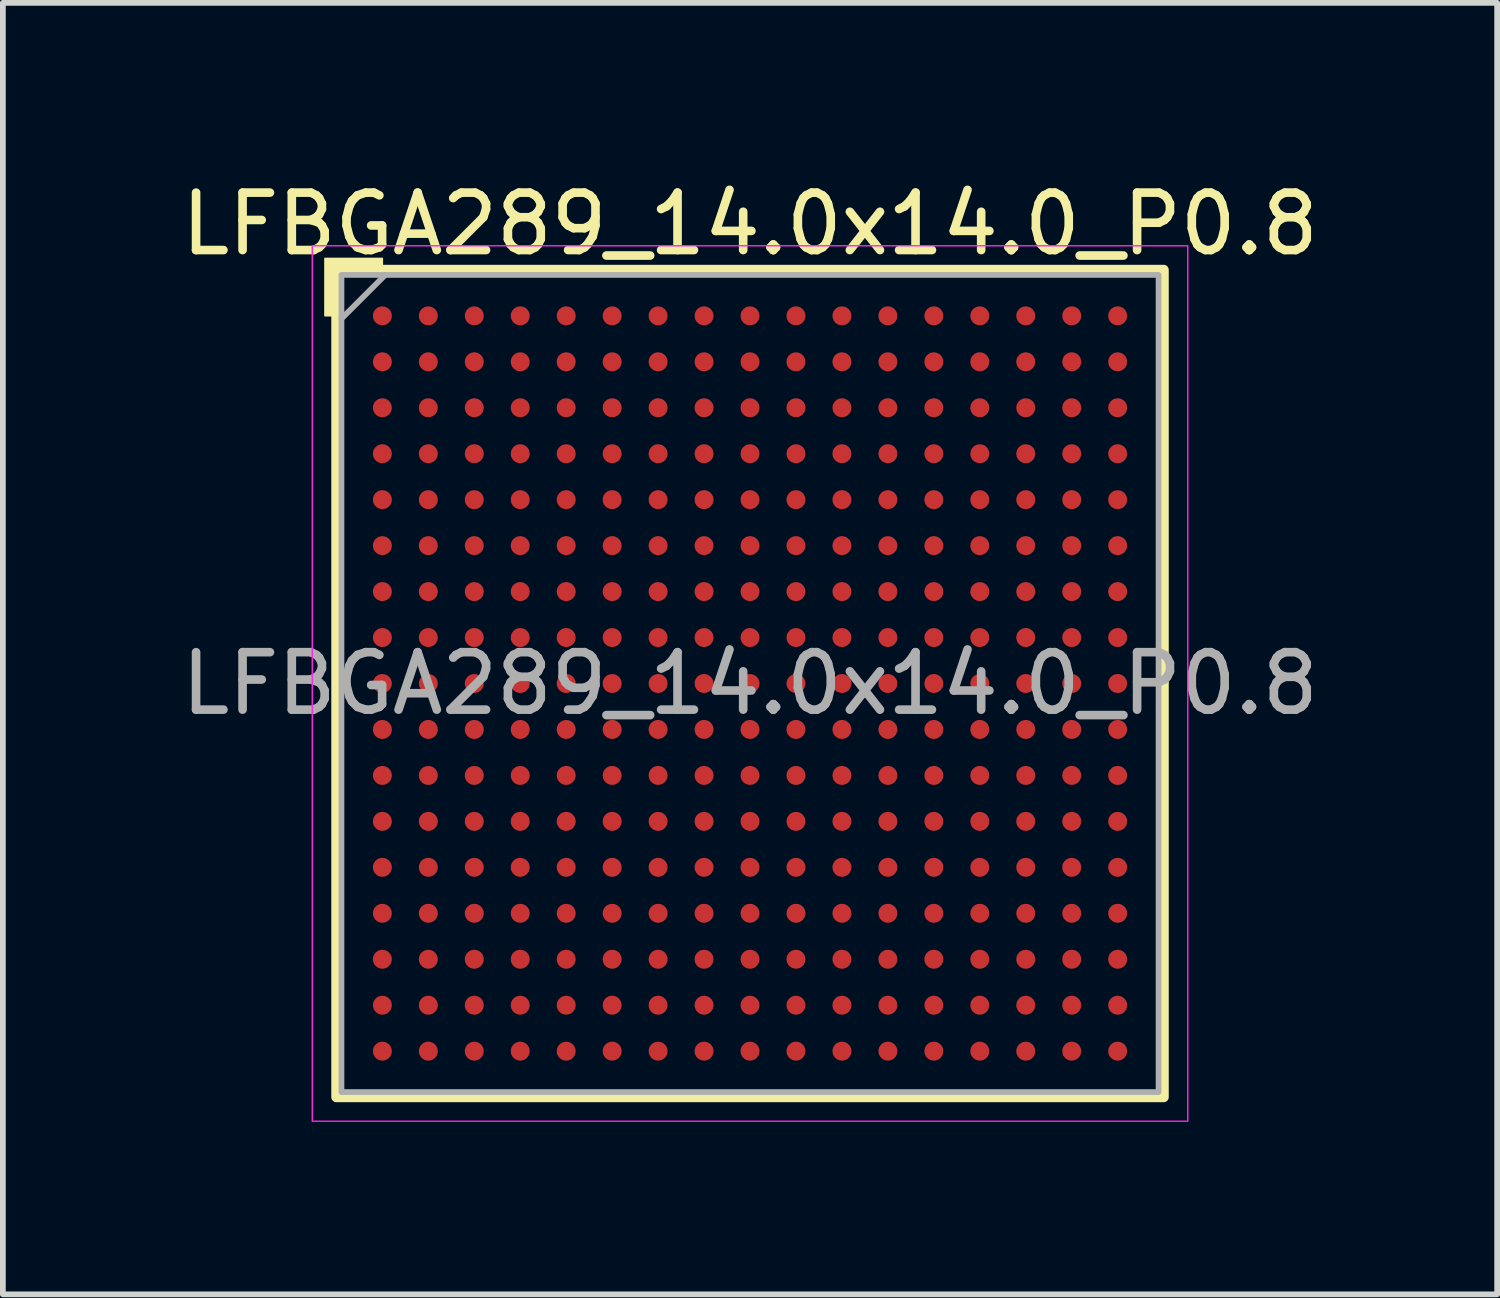
<source format=kicad_pcb>
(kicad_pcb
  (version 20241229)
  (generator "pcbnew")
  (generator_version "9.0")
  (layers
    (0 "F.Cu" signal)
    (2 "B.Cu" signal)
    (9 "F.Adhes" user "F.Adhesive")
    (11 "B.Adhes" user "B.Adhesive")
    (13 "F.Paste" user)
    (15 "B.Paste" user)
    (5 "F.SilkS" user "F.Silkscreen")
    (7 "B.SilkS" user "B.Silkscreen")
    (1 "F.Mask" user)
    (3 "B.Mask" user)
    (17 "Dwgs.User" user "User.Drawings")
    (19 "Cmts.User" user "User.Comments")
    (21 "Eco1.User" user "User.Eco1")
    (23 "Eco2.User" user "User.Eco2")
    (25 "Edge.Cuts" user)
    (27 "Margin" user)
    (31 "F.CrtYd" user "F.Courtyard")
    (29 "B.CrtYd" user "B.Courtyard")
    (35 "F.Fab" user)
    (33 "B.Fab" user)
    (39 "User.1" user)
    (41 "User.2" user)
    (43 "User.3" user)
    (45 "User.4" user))
  (footprint "LFBGA289_14.0x14.0_P0.8"
    (layer "F.Cu")
    (at 10.006 8.848)
    (property "Reference" "LFBGA289_14.0x14.0_P0.8" (at 0 -8 0) (unlocked yes) (layer "F.SilkS") (effects (font (size 1 1) (thickness 0.15))))
    (fp_rect (start -7.2 -7.2) (end 7.2 7.2) (stroke (width 0.178) (type solid)) (fill no) (layer "F.SilkS"))
    (fp_poly (pts (xy -7.2 -6.4) (xy -7.4 -6.4) (xy -7.4 -7.4) (xy -6.4 -7.4) (xy -6.4 -7.2) (xy -7.2 -7.2)) (stroke (width 0.025) (type solid)) (fill yes) (layer "F.SilkS"))
    (fp_rect (start -7.62 -7.62) (end 7.62 7.62) (stroke (width 0.025) (type solid)) (fill no) (layer "F.CrtYd"))
    (fp_line (start -7.112 -6.35) (end -6.35 -7.112) (stroke (width 0.1) (type solid)) (layer "F.Fab"))
    (fp_rect (start -7.112 -7.112) (end 7.112 7.112) (stroke (width 0.1) (type solid)) (fill no) (layer "F.Fab"))
    (fp_text user "${REFERENCE}" (at 0 0 0) (unlocked yes) (layer "F.Fab") (effects (font (size 1 1) (thickness 0.15))))
    (pad "A1" smd circle (at -6.4 -6.4) (size 0.33 0.33) (layers "F.Cu" "F.Mask" "F.Paste"))
    (pad "A2" smd circle (at -5.6 -6.4) (size 0.33 0.33) (layers "F.Cu" "F.Mask" "F.Paste"))
    (pad "A3" smd circle (at -4.8 -6.4) (size 0.33 0.33) (layers "F.Cu" "F.Mask" "F.Paste"))
    (pad "A4" smd circle (at -4 -6.4) (size 0.33 0.33) (layers "F.Cu" "F.Mask" "F.Paste"))
    (pad "A5" smd circle (at -3.2 -6.4) (size 0.33 0.33) (layers "F.Cu" "F.Mask" "F.Paste"))
    (pad "A6" smd circle (at -2.4 -6.4) (size 0.33 0.33) (layers "F.Cu" "F.Mask" "F.Paste"))
    (pad "A7" smd circle (at -1.6 -6.4) (size 0.33 0.33) (layers "F.Cu" "F.Mask" "F.Paste"))
    (pad "A8" smd circle (at -0.8 -6.4) (size 0.33 0.33) (layers "F.Cu" "F.Mask" "F.Paste"))
    (pad "A9" smd circle (at 0 -6.4) (size 0.33 0.33) (layers "F.Cu" "F.Mask" "F.Paste"))
    (pad "A10" smd circle (at 0.8 -6.4) (size 0.33 0.33) (layers "F.Cu" "F.Mask" "F.Paste"))
    (pad "A11" smd circle (at 1.6 -6.4) (size 0.33 0.33) (layers "F.Cu" "F.Mask" "F.Paste"))
    (pad "A12" smd circle (at 2.4 -6.4) (size 0.33 0.33) (layers "F.Cu" "F.Mask" "F.Paste"))
    (pad "A13" smd circle (at 3.2 -6.4) (size 0.33 0.33) (layers "F.Cu" "F.Mask" "F.Paste"))
    (pad "A14" smd circle (at 4 -6.4) (size 0.33 0.33) (layers "F.Cu" "F.Mask" "F.Paste"))
    (pad "A15" smd circle (at 4.8 -6.4) (size 0.33 0.33) (layers "F.Cu" "F.Mask" "F.Paste"))
    (pad "A16" smd circle (at 5.6 -6.4) (size 0.33 0.33) (layers "F.Cu" "F.Mask" "F.Paste"))
    (pad "A17" smd circle (at 6.4 -6.4) (size 0.33 0.33) (layers "F.Cu" "F.Mask" "F.Paste"))
    (pad "B1" smd circle (at -6.4 -5.6) (size 0.33 0.33) (layers "F.Cu" "F.Mask" "F.Paste"))
    (pad "B2" smd circle (at -5.6 -5.6) (size 0.33 0.33) (layers "F.Cu" "F.Mask" "F.Paste"))
    (pad "B3" smd circle (at -4.8 -5.6) (size 0.33 0.33) (layers "F.Cu" "F.Mask" "F.Paste"))
    (pad "B4" smd circle (at -4 -5.6) (size 0.33 0.33) (layers "F.Cu" "F.Mask" "F.Paste"))
    (pad "B5" smd circle (at -3.2 -5.6) (size 0.33 0.33) (layers "F.Cu" "F.Mask" "F.Paste"))
    (pad "B6" smd circle (at -2.4 -5.6) (size 0.33 0.33) (layers "F.Cu" "F.Mask" "F.Paste"))
    (pad "B7" smd circle (at -1.6 -5.6) (size 0.33 0.33) (layers "F.Cu" "F.Mask" "F.Paste"))
    (pad "B8" smd circle (at -0.8 -5.6) (size 0.33 0.33) (layers "F.Cu" "F.Mask" "F.Paste"))
    (pad "B9" smd circle (at 0 -5.6) (size 0.33 0.33) (layers "F.Cu" "F.Mask" "F.Paste"))
    (pad "B10" smd circle (at 0.8 -5.6) (size 0.33 0.33) (layers "F.Cu" "F.Mask" "F.Paste"))
    (pad "B11" smd circle (at 1.6 -5.6) (size 0.33 0.33) (layers "F.Cu" "F.Mask" "F.Paste"))
    (pad "B12" smd circle (at 2.4 -5.6) (size 0.33 0.33) (layers "F.Cu" "F.Mask" "F.Paste"))
    (pad "B13" smd circle (at 3.2 -5.6) (size 0.33 0.33) (layers "F.Cu" "F.Mask" "F.Paste"))
    (pad "B14" smd circle (at 4 -5.6) (size 0.33 0.33) (layers "F.Cu" "F.Mask" "F.Paste"))
    (pad "B15" smd circle (at 4.8 -5.6) (size 0.33 0.33) (layers "F.Cu" "F.Mask" "F.Paste"))
    (pad "B16" smd circle (at 5.6 -5.6) (size 0.33 0.33) (layers "F.Cu" "F.Mask" "F.Paste"))
    (pad "B17" smd circle (at 6.4 -5.6) (size 0.33 0.33) (layers "F.Cu" "F.Mask" "F.Paste"))
    (pad "C1" smd circle (at -6.4 -4.8) (size 0.33 0.33) (layers "F.Cu" "F.Mask" "F.Paste"))
    (pad "C2" smd circle (at -5.6 -4.8) (size 0.33 0.33) (layers "F.Cu" "F.Mask" "F.Paste"))
    (pad "C3" smd circle (at -4.8 -4.8) (size 0.33 0.33) (layers "F.Cu" "F.Mask" "F.Paste"))
    (pad "C4" smd circle (at -4 -4.8) (size 0.33 0.33) (layers "F.Cu" "F.Mask" "F.Paste"))
    (pad "C5" smd circle (at -3.2 -4.8) (size 0.33 0.33) (layers "F.Cu" "F.Mask" "F.Paste"))
    (pad "C6" smd circle (at -2.4 -4.8) (size 0.33 0.33) (layers "F.Cu" "F.Mask" "F.Paste"))
    (pad "C7" smd circle (at -1.6 -4.8) (size 0.33 0.33) (layers "F.Cu" "F.Mask" "F.Paste"))
    (pad "C8" smd circle (at -0.8 -4.8) (size 0.33 0.33) (layers "F.Cu" "F.Mask" "F.Paste"))
    (pad "C9" smd circle (at 0 -4.8) (size 0.33 0.33) (layers "F.Cu" "F.Mask" "F.Paste"))
    (pad "C10" smd circle (at 0.8 -4.8) (size 0.33 0.33) (layers "F.Cu" "F.Mask" "F.Paste"))
    (pad "C11" smd circle (at 1.6 -4.8) (size 0.33 0.33) (layers "F.Cu" "F.Mask" "F.Paste"))
    (pad "C12" smd circle (at 2.4 -4.8) (size 0.33 0.33) (layers "F.Cu" "F.Mask" "F.Paste"))
    (pad "C13" smd circle (at 3.2 -4.8) (size 0.33 0.33) (layers "F.Cu" "F.Mask" "F.Paste"))
    (pad "C14" smd circle (at 4 -4.8) (size 0.33 0.33) (layers "F.Cu" "F.Mask" "F.Paste"))
    (pad "C15" smd circle (at 4.8 -4.8) (size 0.33 0.33) (layers "F.Cu" "F.Mask" "F.Paste"))
    (pad "C16" smd circle (at 5.6 -4.8) (size 0.33 0.33) (layers "F.Cu" "F.Mask" "F.Paste"))
    (pad "C17" smd circle (at 6.4 -4.8) (size 0.33 0.33) (layers "F.Cu" "F.Mask" "F.Paste"))
    (pad "D1" smd circle (at -6.4 -4) (size 0.33 0.33) (layers "F.Cu" "F.Mask" "F.Paste"))
    (pad "D2" smd circle (at -5.6 -4) (size 0.33 0.33) (layers "F.Cu" "F.Mask" "F.Paste"))
    (pad "D3" smd circle (at -4.8 -4) (size 0.33 0.33) (layers "F.Cu" "F.Mask" "F.Paste"))
    (pad "D4" smd circle (at -4 -4) (size 0.33 0.33) (layers "F.Cu" "F.Mask" "F.Paste"))
    (pad "D5" smd circle (at -3.2 -4) (size 0.33 0.33) (layers "F.Cu" "F.Mask" "F.Paste"))
    (pad "D6" smd circle (at -2.4 -4) (size 0.33 0.33) (layers "F.Cu" "F.Mask" "F.Paste"))
    (pad "D7" smd circle (at -1.6 -4) (size 0.33 0.33) (layers "F.Cu" "F.Mask" "F.Paste"))
    (pad "D8" smd circle (at -0.8 -4) (size 0.33 0.33) (layers "F.Cu" "F.Mask" "F.Paste"))
    (pad "D9" smd circle (at 0 -4) (size 0.33 0.33) (layers "F.Cu" "F.Mask" "F.Paste"))
    (pad "D10" smd circle (at 0.8 -4) (size 0.33 0.33) (layers "F.Cu" "F.Mask" "F.Paste"))
    (pad "D11" smd circle (at 1.6 -4) (size 0.33 0.33) (layers "F.Cu" "F.Mask" "F.Paste"))
    (pad "D12" smd circle (at 2.4 -4) (size 0.33 0.33) (layers "F.Cu" "F.Mask" "F.Paste"))
    (pad "D13" smd circle (at 3.2 -4) (size 0.33 0.33) (layers "F.Cu" "F.Mask" "F.Paste"))
    (pad "D14" smd circle (at 4 -4) (size 0.33 0.33) (layers "F.Cu" "F.Mask" "F.Paste"))
    (pad "D15" smd circle (at 4.8 -4) (size 0.33 0.33) (layers "F.Cu" "F.Mask" "F.Paste"))
    (pad "D16" smd circle (at 5.6 -4) (size 0.33 0.33) (layers "F.Cu" "F.Mask" "F.Paste"))
    (pad "D17" smd circle (at 6.4 -4) (size 0.33 0.33) (layers "F.Cu" "F.Mask" "F.Paste"))
    (pad "E1" smd circle (at -6.4 -3.2) (size 0.33 0.33) (layers "F.Cu" "F.Mask" "F.Paste"))
    (pad "E2" smd circle (at -5.6 -3.2) (size 0.33 0.33) (layers "F.Cu" "F.Mask" "F.Paste"))
    (pad "E3" smd circle (at -4.8 -3.2) (size 0.33 0.33) (layers "F.Cu" "F.Mask" "F.Paste"))
    (pad "E4" smd circle (at -4 -3.2) (size 0.33 0.33) (layers "F.Cu" "F.Mask" "F.Paste"))
    (pad "E5" smd circle (at -3.2 -3.2) (size 0.33 0.33) (layers "F.Cu" "F.Mask" "F.Paste"))
    (pad "E6" smd circle (at -2.4 -3.2) (size 0.33 0.33) (layers "F.Cu" "F.Mask" "F.Paste"))
    (pad "E7" smd circle (at -1.6 -3.2) (size 0.33 0.33) (layers "F.Cu" "F.Mask" "F.Paste"))
    (pad "E8" smd circle (at -0.8 -3.2) (size 0.33 0.33) (layers "F.Cu" "F.Mask" "F.Paste"))
    (pad "E9" smd circle (at 0 -3.2) (size 0.33 0.33) (layers "F.Cu" "F.Mask" "F.Paste"))
    (pad "E10" smd circle (at 0.8 -3.2) (size 0.33 0.33) (layers "F.Cu" "F.Mask" "F.Paste"))
    (pad "E11" smd circle (at 1.6 -3.2) (size 0.33 0.33) (layers "F.Cu" "F.Mask" "F.Paste"))
    (pad "E12" smd circle (at 2.4 -3.2) (size 0.33 0.33) (layers "F.Cu" "F.Mask" "F.Paste"))
    (pad "E13" smd circle (at 3.2 -3.2) (size 0.33 0.33) (layers "F.Cu" "F.Mask" "F.Paste"))
    (pad "E14" smd circle (at 4 -3.2) (size 0.33 0.33) (layers "F.Cu" "F.Mask" "F.Paste"))
    (pad "E15" smd circle (at 4.8 -3.2) (size 0.33 0.33) (layers "F.Cu" "F.Mask" "F.Paste"))
    (pad "E16" smd circle (at 5.6 -3.2) (size 0.33 0.33) (layers "F.Cu" "F.Mask" "F.Paste"))
    (pad "E17" smd circle (at 6.4 -3.2) (size 0.33 0.33) (layers "F.Cu" "F.Mask" "F.Paste"))
    (pad "F1" smd circle (at -6.4 -2.4) (size 0.33 0.33) (layers "F.Cu" "F.Mask" "F.Paste"))
    (pad "F2" smd circle (at -5.6 -2.4) (size 0.33 0.33) (layers "F.Cu" "F.Mask" "F.Paste"))
    (pad "F3" smd circle (at -4.8 -2.4) (size 0.33 0.33) (layers "F.Cu" "F.Mask" "F.Paste"))
    (pad "F4" smd circle (at -4 -2.4) (size 0.33 0.33) (layers "F.Cu" "F.Mask" "F.Paste"))
    (pad "F5" smd circle (at -3.2 -2.4) (size 0.33 0.33) (layers "F.Cu" "F.Mask" "F.Paste"))
    (pad "F6" smd circle (at -2.4 -2.4) (size 0.33 0.33) (layers "F.Cu" "F.Mask" "F.Paste"))
    (pad "F7" smd circle (at -1.6 -2.4) (size 0.33 0.33) (layers "F.Cu" "F.Mask" "F.Paste"))
    (pad "F8" smd circle (at -0.8 -2.4) (size 0.33 0.33) (layers "F.Cu" "F.Mask" "F.Paste"))
    (pad "F9" smd circle (at 0 -2.4) (size 0.33 0.33) (layers "F.Cu" "F.Mask" "F.Paste"))
    (pad "F10" smd circle (at 0.8 -2.4) (size 0.33 0.33) (layers "F.Cu" "F.Mask" "F.Paste"))
    (pad "F11" smd circle (at 1.6 -2.4) (size 0.33 0.33) (layers "F.Cu" "F.Mask" "F.Paste"))
    (pad "F12" smd circle (at 2.4 -2.4) (size 0.33 0.33) (layers "F.Cu" "F.Mask" "F.Paste"))
    (pad "F13" smd circle (at 3.2 -2.4) (size 0.33 0.33) (layers "F.Cu" "F.Mask" "F.Paste"))
    (pad "F14" smd circle (at 4 -2.4) (size 0.33 0.33) (layers "F.Cu" "F.Mask" "F.Paste"))
    (pad "F15" smd circle (at 4.8 -2.4) (size 0.33 0.33) (layers "F.Cu" "F.Mask" "F.Paste"))
    (pad "F16" smd circle (at 5.6 -2.4) (size 0.33 0.33) (layers "F.Cu" "F.Mask" "F.Paste"))
    (pad "F17" smd circle (at 6.4 -2.4) (size 0.33 0.33) (layers "F.Cu" "F.Mask" "F.Paste"))
    (pad "G1" smd circle (at -6.4 -1.6) (size 0.33 0.33) (layers "F.Cu" "F.Mask" "F.Paste"))
    (pad "G2" smd circle (at -5.6 -1.6) (size 0.33 0.33) (layers "F.Cu" "F.Mask" "F.Paste"))
    (pad "G3" smd circle (at -4.8 -1.6) (size 0.33 0.33) (layers "F.Cu" "F.Mask" "F.Paste"))
    (pad "G4" smd circle (at -4 -1.6) (size 0.33 0.33) (layers "F.Cu" "F.Mask" "F.Paste"))
    (pad "G5" smd circle (at -3.2 -1.6) (size 0.33 0.33) (layers "F.Cu" "F.Mask" "F.Paste"))
    (pad "G6" smd circle (at -2.4 -1.6) (size 0.33 0.33) (layers "F.Cu" "F.Mask" "F.Paste"))
    (pad "G7" smd circle (at -1.6 -1.6) (size 0.33 0.33) (layers "F.Cu" "F.Mask" "F.Paste"))
    (pad "G8" smd circle (at -0.8 -1.6) (size 0.33 0.33) (layers "F.Cu" "F.Mask" "F.Paste"))
    (pad "G9" smd circle (at 0 -1.6) (size 0.33 0.33) (layers "F.Cu" "F.Mask" "F.Paste"))
    (pad "G10" smd circle (at 0.8 -1.6) (size 0.33 0.33) (layers "F.Cu" "F.Mask" "F.Paste"))
    (pad "G11" smd circle (at 1.6 -1.6) (size 0.33 0.33) (layers "F.Cu" "F.Mask" "F.Paste"))
    (pad "G12" smd circle (at 2.4 -1.6) (size 0.33 0.33) (layers "F.Cu" "F.Mask" "F.Paste"))
    (pad "G13" smd circle (at 3.2 -1.6) (size 0.33 0.33) (layers "F.Cu" "F.Mask" "F.Paste"))
    (pad "G14" smd circle (at 4 -1.6) (size 0.33 0.33) (layers "F.Cu" "F.Mask" "F.Paste"))
    (pad "G15" smd circle (at 4.8 -1.6) (size 0.33 0.33) (layers "F.Cu" "F.Mask" "F.Paste"))
    (pad "G16" smd circle (at 5.6 -1.6) (size 0.33 0.33) (layers "F.Cu" "F.Mask" "F.Paste"))
    (pad "G17" smd circle (at 6.4 -1.6) (size 0.33 0.33) (layers "F.Cu" "F.Mask" "F.Paste"))
    (pad "H1" smd circle (at -6.4 -0.8) (size 0.33 0.33) (layers "F.Cu" "F.Mask" "F.Paste"))
    (pad "H2" smd circle (at -5.6 -0.8) (size 0.33 0.33) (layers "F.Cu" "F.Mask" "F.Paste"))
    (pad "H3" smd circle (at -4.8 -0.8) (size 0.33 0.33) (layers "F.Cu" "F.Mask" "F.Paste"))
    (pad "H4" smd circle (at -4 -0.8) (size 0.33 0.33) (layers "F.Cu" "F.Mask" "F.Paste"))
    (pad "H5" smd circle (at -3.2 -0.8) (size 0.33 0.33) (layers "F.Cu" "F.Mask" "F.Paste"))
    (pad "H6" smd circle (at -2.4 -0.8) (size 0.33 0.33) (layers "F.Cu" "F.Mask" "F.Paste"))
    (pad "H7" smd circle (at -1.6 -0.8) (size 0.33 0.33) (layers "F.Cu" "F.Mask" "F.Paste"))
    (pad "H8" smd circle (at -0.8 -0.8) (size 0.33 0.33) (layers "F.Cu" "F.Mask" "F.Paste"))
    (pad "H9" smd circle (at 0 -0.8) (size 0.33 0.33) (layers "F.Cu" "F.Mask" "F.Paste"))
    (pad "H10" smd circle (at 0.8 -0.8) (size 0.33 0.33) (layers "F.Cu" "F.Mask" "F.Paste"))
    (pad "H11" smd circle (at 1.6 -0.8) (size 0.33 0.33) (layers "F.Cu" "F.Mask" "F.Paste"))
    (pad "H12" smd circle (at 2.4 -0.8) (size 0.33 0.33) (layers "F.Cu" "F.Mask" "F.Paste"))
    (pad "H13" smd circle (at 3.2 -0.8) (size 0.33 0.33) (layers "F.Cu" "F.Mask" "F.Paste"))
    (pad "H14" smd circle (at 4 -0.8) (size 0.33 0.33) (layers "F.Cu" "F.Mask" "F.Paste"))
    (pad "H15" smd circle (at 4.8 -0.8) (size 0.33 0.33) (layers "F.Cu" "F.Mask" "F.Paste"))
    (pad "H16" smd circle (at 5.6 -0.8) (size 0.33 0.33) (layers "F.Cu" "F.Mask" "F.Paste"))
    (pad "H17" smd circle (at 6.4 -0.8) (size 0.33 0.33) (layers "F.Cu" "F.Mask" "F.Paste"))
    (pad "J1" smd circle (at -6.4 0) (size 0.33 0.33) (layers "F.Cu" "F.Mask" "F.Paste"))
    (pad "J2" smd circle (at -5.6 0) (size 0.33 0.33) (layers "F.Cu" "F.Mask" "F.Paste"))
    (pad "J3" smd circle (at -4.8 0) (size 0.33 0.33) (layers "F.Cu" "F.Mask" "F.Paste"))
    (pad "J4" smd circle (at -4 0) (size 0.33 0.33) (layers "F.Cu" "F.Mask" "F.Paste"))
    (pad "J5" smd circle (at -3.2 0) (size 0.33 0.33) (layers "F.Cu" "F.Mask" "F.Paste"))
    (pad "J6" smd circle (at -2.4 0) (size 0.33 0.33) (layers "F.Cu" "F.Mask" "F.Paste"))
    (pad "J7" smd circle (at -1.6 0) (size 0.33 0.33) (layers "F.Cu" "F.Mask" "F.Paste"))
    (pad "J8" smd circle (at -0.8 0) (size 0.33 0.33) (layers "F.Cu" "F.Mask" "F.Paste"))
    (pad "J9" smd circle (at 0 0) (size 0.33 0.33) (layers "F.Cu" "F.Mask" "F.Paste"))
    (pad "J10" smd circle (at 0.8 0) (size 0.33 0.33) (layers "F.Cu" "F.Mask" "F.Paste"))
    (pad "J11" smd circle (at 1.6 0) (size 0.33 0.33) (layers "F.Cu" "F.Mask" "F.Paste"))
    (pad "J12" smd circle (at 2.4 0) (size 0.33 0.33) (layers "F.Cu" "F.Mask" "F.Paste"))
    (pad "J13" smd circle (at 3.2 0) (size 0.33 0.33) (layers "F.Cu" "F.Mask" "F.Paste"))
    (pad "J14" smd circle (at 4 0) (size 0.33 0.33) (layers "F.Cu" "F.Mask" "F.Paste"))
    (pad "J15" smd circle (at 4.8 0) (size 0.33 0.33) (layers "F.Cu" "F.Mask" "F.Paste"))
    (pad "J16" smd circle (at 5.6 0) (size 0.33 0.33) (layers "F.Cu" "F.Mask" "F.Paste"))
    (pad "J17" smd circle (at 6.4 0) (size 0.33 0.33) (layers "F.Cu" "F.Mask" "F.Paste"))
    (pad "K1" smd circle (at -6.4 0.8) (size 0.33 0.33) (layers "F.Cu" "F.Mask" "F.Paste"))
    (pad "K2" smd circle (at -5.6 0.8) (size 0.33 0.33) (layers "F.Cu" "F.Mask" "F.Paste"))
    (pad "K3" smd circle (at -4.8 0.8) (size 0.33 0.33) (layers "F.Cu" "F.Mask" "F.Paste"))
    (pad "K4" smd circle (at -4 0.8) (size 0.33 0.33) (layers "F.Cu" "F.Mask" "F.Paste"))
    (pad "K5" smd circle (at -3.2 0.8) (size 0.33 0.33) (layers "F.Cu" "F.Mask" "F.Paste"))
    (pad "K6" smd circle (at -2.4 0.8) (size 0.33 0.33) (layers "F.Cu" "F.Mask" "F.Paste"))
    (pad "K7" smd circle (at -1.6 0.8) (size 0.33 0.33) (layers "F.Cu" "F.Mask" "F.Paste"))
    (pad "K8" smd circle (at -0.8 0.8) (size 0.33 0.33) (layers "F.Cu" "F.Mask" "F.Paste"))
    (pad "K9" smd circle (at 0 0.8) (size 0.33 0.33) (layers "F.Cu" "F.Mask" "F.Paste"))
    (pad "K10" smd circle (at 0.8 0.8) (size 0.33 0.33) (layers "F.Cu" "F.Mask" "F.Paste"))
    (pad "K11" smd circle (at 1.6 0.8) (size 0.33 0.33) (layers "F.Cu" "F.Mask" "F.Paste"))
    (pad "K12" smd circle (at 2.4 0.8) (size 0.33 0.33) (layers "F.Cu" "F.Mask" "F.Paste"))
    (pad "K13" smd circle (at 3.2 0.8) (size 0.33 0.33) (layers "F.Cu" "F.Mask" "F.Paste"))
    (pad "K14" smd circle (at 4 0.8) (size 0.33 0.33) (layers "F.Cu" "F.Mask" "F.Paste"))
    (pad "K15" smd circle (at 4.8 0.8) (size 0.33 0.33) (layers "F.Cu" "F.Mask" "F.Paste"))
    (pad "K16" smd circle (at 5.6 0.8) (size 0.33 0.33) (layers "F.Cu" "F.Mask" "F.Paste"))
    (pad "K17" smd circle (at 6.4 0.8) (size 0.33 0.33) (layers "F.Cu" "F.Mask" "F.Paste"))
    (pad "L1" smd circle (at -6.4 1.6) (size 0.33 0.33) (layers "F.Cu" "F.Mask" "F.Paste"))
    (pad "L2" smd circle (at -5.6 1.6) (size 0.33 0.33) (layers "F.Cu" "F.Mask" "F.Paste"))
    (pad "L3" smd circle (at -4.8 1.6) (size 0.33 0.33) (layers "F.Cu" "F.Mask" "F.Paste"))
    (pad "L4" smd circle (at -4 1.6) (size 0.33 0.33) (layers "F.Cu" "F.Mask" "F.Paste"))
    (pad "L5" smd circle (at -3.2 1.6) (size 0.33 0.33) (layers "F.Cu" "F.Mask" "F.Paste"))
    (pad "L6" smd circle (at -2.4 1.6) (size 0.33 0.33) (layers "F.Cu" "F.Mask" "F.Paste"))
    (pad "L7" smd circle (at -1.6 1.6) (size 0.33 0.33) (layers "F.Cu" "F.Mask" "F.Paste"))
    (pad "L8" smd circle (at -0.8 1.6) (size 0.33 0.33) (layers "F.Cu" "F.Mask" "F.Paste"))
    (pad "L9" smd circle (at 0 1.6) (size 0.33 0.33) (layers "F.Cu" "F.Mask" "F.Paste"))
    (pad "L10" smd circle (at 0.8 1.6) (size 0.33 0.33) (layers "F.Cu" "F.Mask" "F.Paste"))
    (pad "L11" smd circle (at 1.6 1.6) (size 0.33 0.33) (layers "F.Cu" "F.Mask" "F.Paste"))
    (pad "L12" smd circle (at 2.4 1.6) (size 0.33 0.33) (layers "F.Cu" "F.Mask" "F.Paste"))
    (pad "L13" smd circle (at 3.2 1.6) (size 0.33 0.33) (layers "F.Cu" "F.Mask" "F.Paste"))
    (pad "L14" smd circle (at 4 1.6) (size 0.33 0.33) (layers "F.Cu" "F.Mask" "F.Paste"))
    (pad "L15" smd circle (at 4.8 1.6) (size 0.33 0.33) (layers "F.Cu" "F.Mask" "F.Paste"))
    (pad "L16" smd circle (at 5.6 1.6) (size 0.33 0.33) (layers "F.Cu" "F.Mask" "F.Paste"))
    (pad "L17" smd circle (at 6.4 1.6) (size 0.33 0.33) (layers "F.Cu" "F.Mask" "F.Paste"))
    (pad "M1" smd circle (at -6.4 2.4) (size 0.33 0.33) (layers "F.Cu" "F.Mask" "F.Paste"))
    (pad "M2" smd circle (at -5.6 2.4) (size 0.33 0.33) (layers "F.Cu" "F.Mask" "F.Paste"))
    (pad "M3" smd circle (at -4.8 2.4) (size 0.33 0.33) (layers "F.Cu" "F.Mask" "F.Paste"))
    (pad "M4" smd circle (at -4 2.4) (size 0.33 0.33) (layers "F.Cu" "F.Mask" "F.Paste"))
    (pad "M5" smd circle (at -3.2 2.4) (size 0.33 0.33) (layers "F.Cu" "F.Mask" "F.Paste"))
    (pad "M6" smd circle (at -2.4 2.4) (size 0.33 0.33) (layers "F.Cu" "F.Mask" "F.Paste"))
    (pad "M7" smd circle (at -1.6 2.4) (size 0.33 0.33) (layers "F.Cu" "F.Mask" "F.Paste"))
    (pad "M8" smd circle (at -0.8 2.4) (size 0.33 0.33) (layers "F.Cu" "F.Mask" "F.Paste"))
    (pad "M9" smd circle (at 0 2.4) (size 0.33 0.33) (layers "F.Cu" "F.Mask" "F.Paste"))
    (pad "M10" smd circle (at 0.8 2.4) (size 0.33 0.33) (layers "F.Cu" "F.Mask" "F.Paste"))
    (pad "M11" smd circle (at 1.6 2.4) (size 0.33 0.33) (layers "F.Cu" "F.Mask" "F.Paste"))
    (pad "M12" smd circle (at 2.4 2.4) (size 0.33 0.33) (layers "F.Cu" "F.Mask" "F.Paste"))
    (pad "M13" smd circle (at 3.2 2.4) (size 0.33 0.33) (layers "F.Cu" "F.Mask" "F.Paste"))
    (pad "M14" smd circle (at 4 2.4) (size 0.33 0.33) (layers "F.Cu" "F.Mask" "F.Paste"))
    (pad "M15" smd circle (at 4.8 2.4) (size 0.33 0.33) (layers "F.Cu" "F.Mask" "F.Paste"))
    (pad "M16" smd circle (at 5.6 2.4) (size 0.33 0.33) (layers "F.Cu" "F.Mask" "F.Paste"))
    (pad "M17" smd circle (at 6.4 2.4) (size 0.33 0.33) (layers "F.Cu" "F.Mask" "F.Paste"))
    (pad "N1" smd circle (at -6.4 3.2) (size 0.33 0.33) (layers "F.Cu" "F.Mask" "F.Paste"))
    (pad "N2" smd circle (at -5.6 3.2) (size 0.33 0.33) (layers "F.Cu" "F.Mask" "F.Paste"))
    (pad "N3" smd circle (at -4.8 3.2) (size 0.33 0.33) (layers "F.Cu" "F.Mask" "F.Paste"))
    (pad "N4" smd circle (at -4 3.2) (size 0.33 0.33) (layers "F.Cu" "F.Mask" "F.Paste"))
    (pad "N5" smd circle (at -3.2 3.2) (size 0.33 0.33) (layers "F.Cu" "F.Mask" "F.Paste"))
    (pad "N6" smd circle (at -2.4 3.2) (size 0.33 0.33) (layers "F.Cu" "F.Mask" "F.Paste"))
    (pad "N7" smd circle (at -1.6 3.2) (size 0.33 0.33) (layers "F.Cu" "F.Mask" "F.Paste"))
    (pad "N8" smd circle (at -0.8 3.2) (size 0.33 0.33) (layers "F.Cu" "F.Mask" "F.Paste"))
    (pad "N9" smd circle (at 0 3.2) (size 0.33 0.33) (layers "F.Cu" "F.Mask" "F.Paste"))
    (pad "N10" smd circle (at 0.8 3.2) (size 0.33 0.33) (layers "F.Cu" "F.Mask" "F.Paste"))
    (pad "N11" smd circle (at 1.6 3.2) (size 0.33 0.33) (layers "F.Cu" "F.Mask" "F.Paste"))
    (pad "N12" smd circle (at 2.4 3.2) (size 0.33 0.33) (layers "F.Cu" "F.Mask" "F.Paste"))
    (pad "N13" smd circle (at 3.2 3.2) (size 0.33 0.33) (layers "F.Cu" "F.Mask" "F.Paste"))
    (pad "N14" smd circle (at 4 3.2) (size 0.33 0.33) (layers "F.Cu" "F.Mask" "F.Paste"))
    (pad "N15" smd circle (at 4.8 3.2) (size 0.33 0.33) (layers "F.Cu" "F.Mask" "F.Paste"))
    (pad "N16" smd circle (at 5.6 3.2) (size 0.33 0.33) (layers "F.Cu" "F.Mask" "F.Paste"))
    (pad "N17" smd circle (at 6.4 3.2) (size 0.33 0.33) (layers "F.Cu" "F.Mask" "F.Paste"))
    (pad "P1" smd circle (at -6.4 4) (size 0.33 0.33) (layers "F.Cu" "F.Mask" "F.Paste"))
    (pad "P2" smd circle (at -5.6 4) (size 0.33 0.33) (layers "F.Cu" "F.Mask" "F.Paste"))
    (pad "P3" smd circle (at -4.8 4) (size 0.33 0.33) (layers "F.Cu" "F.Mask" "F.Paste"))
    (pad "P4" smd circle (at -4 4) (size 0.33 0.33) (layers "F.Cu" "F.Mask" "F.Paste"))
    (pad "P5" smd circle (at -3.2 4) (size 0.33 0.33) (layers "F.Cu" "F.Mask" "F.Paste"))
    (pad "P6" smd circle (at -2.4 4) (size 0.33 0.33) (layers "F.Cu" "F.Mask" "F.Paste"))
    (pad "P7" smd circle (at -1.6 4) (size 0.33 0.33) (layers "F.Cu" "F.Mask" "F.Paste"))
    (pad "P8" smd circle (at -0.8 4) (size 0.33 0.33) (layers "F.Cu" "F.Mask" "F.Paste"))
    (pad "P9" smd circle (at 0 4) (size 0.33 0.33) (layers "F.Cu" "F.Mask" "F.Paste"))
    (pad "P10" smd circle (at 0.8 4) (size 0.33 0.33) (layers "F.Cu" "F.Mask" "F.Paste"))
    (pad "P11" smd circle (at 1.6 4) (size 0.33 0.33) (layers "F.Cu" "F.Mask" "F.Paste"))
    (pad "P12" smd circle (at 2.4 4) (size 0.33 0.33) (layers "F.Cu" "F.Mask" "F.Paste"))
    (pad "P13" smd circle (at 3.2 4) (size 0.33 0.33) (layers "F.Cu" "F.Mask" "F.Paste"))
    (pad "P14" smd circle (at 4 4) (size 0.33 0.33) (layers "F.Cu" "F.Mask" "F.Paste"))
    (pad "P15" smd circle (at 4.8 4) (size 0.33 0.33) (layers "F.Cu" "F.Mask" "F.Paste"))
    (pad "P16" smd circle (at 5.6 4) (size 0.33 0.33) (layers "F.Cu" "F.Mask" "F.Paste"))
    (pad "P17" smd circle (at 6.4 4) (size 0.33 0.33) (layers "F.Cu" "F.Mask" "F.Paste"))
    (pad "R1" smd circle (at -6.4 4.8) (size 0.33 0.33) (layers "F.Cu" "F.Mask" "F.Paste"))
    (pad "R2" smd circle (at -5.6 4.8) (size 0.33 0.33) (layers "F.Cu" "F.Mask" "F.Paste"))
    (pad "R3" smd circle (at -4.8 4.8) (size 0.33 0.33) (layers "F.Cu" "F.Mask" "F.Paste"))
    (pad "R4" smd circle (at -4 4.8) (size 0.33 0.33) (layers "F.Cu" "F.Mask" "F.Paste"))
    (pad "R5" smd circle (at -3.2 4.8) (size 0.33 0.33) (layers "F.Cu" "F.Mask" "F.Paste"))
    (pad "R6" smd circle (at -2.4 4.8) (size 0.33 0.33) (layers "F.Cu" "F.Mask" "F.Paste"))
    (pad "R7" smd circle (at -1.6 4.8) (size 0.33 0.33) (layers "F.Cu" "F.Mask" "F.Paste"))
    (pad "R8" smd circle (at -0.8 4.8) (size 0.33 0.33) (layers "F.Cu" "F.Mask" "F.Paste"))
    (pad "R9" smd circle (at 0 4.8) (size 0.33 0.33) (layers "F.Cu" "F.Mask" "F.Paste"))
    (pad "R10" smd circle (at 0.8 4.8) (size 0.33 0.33) (layers "F.Cu" "F.Mask" "F.Paste"))
    (pad "R11" smd circle (at 1.6 4.8) (size 0.33 0.33) (layers "F.Cu" "F.Mask" "F.Paste"))
    (pad "R12" smd circle (at 2.4 4.8) (size 0.33 0.33) (layers "F.Cu" "F.Mask" "F.Paste"))
    (pad "R13" smd circle (at 3.2 4.8) (size 0.33 0.33) (layers "F.Cu" "F.Mask" "F.Paste"))
    (pad "R14" smd circle (at 4 4.8) (size 0.33 0.33) (layers "F.Cu" "F.Mask" "F.Paste"))
    (pad "R15" smd circle (at 4.8 4.8) (size 0.33 0.33) (layers "F.Cu" "F.Mask" "F.Paste"))
    (pad "R16" smd circle (at 5.6 4.8) (size 0.33 0.33) (layers "F.Cu" "F.Mask" "F.Paste"))
    (pad "R17" smd circle (at 6.4 4.8) (size 0.33 0.33) (layers "F.Cu" "F.Mask" "F.Paste"))
    (pad "T1" smd circle (at -6.4 5.6) (size 0.33 0.33) (layers "F.Cu" "F.Mask" "F.Paste"))
    (pad "T2" smd circle (at -5.6 5.6) (size 0.33 0.33) (layers "F.Cu" "F.Mask" "F.Paste"))
    (pad "T3" smd circle (at -4.8 5.6) (size 0.33 0.33) (layers "F.Cu" "F.Mask" "F.Paste"))
    (pad "T4" smd circle (at -4 5.6) (size 0.33 0.33) (layers "F.Cu" "F.Mask" "F.Paste"))
    (pad "T5" smd circle (at -3.2 5.6) (size 0.33 0.33) (layers "F.Cu" "F.Mask" "F.Paste"))
    (pad "T6" smd circle (at -2.4 5.6) (size 0.33 0.33) (layers "F.Cu" "F.Mask" "F.Paste"))
    (pad "T7" smd circle (at -1.6 5.6) (size 0.33 0.33) (layers "F.Cu" "F.Mask" "F.Paste"))
    (pad "T8" smd circle (at -0.8 5.6) (size 0.33 0.33) (layers "F.Cu" "F.Mask" "F.Paste"))
    (pad "T9" smd circle (at 0 5.6) (size 0.33 0.33) (layers "F.Cu" "F.Mask" "F.Paste"))
    (pad "T10" smd circle (at 0.8 5.6) (size 0.33 0.33) (layers "F.Cu" "F.Mask" "F.Paste"))
    (pad "T11" smd circle (at 1.6 5.6) (size 0.33 0.33) (layers "F.Cu" "F.Mask" "F.Paste"))
    (pad "T12" smd circle (at 2.4 5.6) (size 0.33 0.33) (layers "F.Cu" "F.Mask" "F.Paste"))
    (pad "T13" smd circle (at 3.2 5.6) (size 0.33 0.33) (layers "F.Cu" "F.Mask" "F.Paste"))
    (pad "T14" smd circle (at 4 5.6) (size 0.33 0.33) (layers "F.Cu" "F.Mask" "F.Paste"))
    (pad "T15" smd circle (at 4.8 5.6) (size 0.33 0.33) (layers "F.Cu" "F.Mask" "F.Paste"))
    (pad "T16" smd circle (at 5.6 5.6) (size 0.33 0.33) (layers "F.Cu" "F.Mask" "F.Paste"))
    (pad "T17" smd circle (at 6.4 5.6) (size 0.33 0.33) (layers "F.Cu" "F.Mask" "F.Paste"))
    (pad "U1" smd circle (at -6.4 6.4) (size 0.33 0.33) (layers "F.Cu" "F.Mask" "F.Paste"))
    (pad "U2" smd circle (at -5.6 6.4) (size 0.33 0.33) (layers "F.Cu" "F.Mask" "F.Paste"))
    (pad "U3" smd circle (at -4.8 6.4) (size 0.33 0.33) (layers "F.Cu" "F.Mask" "F.Paste"))
    (pad "U4" smd circle (at -4 6.4) (size 0.33 0.33) (layers "F.Cu" "F.Mask" "F.Paste"))
    (pad "U5" smd circle (at -3.2 6.4) (size 0.33 0.33) (layers "F.Cu" "F.Mask" "F.Paste"))
    (pad "U6" smd circle (at -2.4 6.4) (size 0.33 0.33) (layers "F.Cu" "F.Mask" "F.Paste"))
    (pad "U7" smd circle (at -1.6 6.4) (size 0.33 0.33) (layers "F.Cu" "F.Mask" "F.Paste"))
    (pad "U8" smd circle (at -0.8 6.4) (size 0.33 0.33) (layers "F.Cu" "F.Mask" "F.Paste"))
    (pad "U9" smd circle (at 0 6.4) (size 0.33 0.33) (layers "F.Cu" "F.Mask" "F.Paste"))
    (pad "U10" smd circle (at 0.8 6.4) (size 0.33 0.33) (layers "F.Cu" "F.Mask" "F.Paste"))
    (pad "U11" smd circle (at 1.6 6.4) (size 0.33 0.33) (layers "F.Cu" "F.Mask" "F.Paste"))
    (pad "U12" smd circle (at 2.4 6.4) (size 0.33 0.33) (layers "F.Cu" "F.Mask" "F.Paste"))
    (pad "U13" smd circle (at 3.2 6.4) (size 0.33 0.33) (layers "F.Cu" "F.Mask" "F.Paste"))
    (pad "U14" smd circle (at 4 6.4) (size 0.33 0.33) (layers "F.Cu" "F.Mask" "F.Paste"))
    (pad "U15" smd circle (at 4.8 6.4) (size 0.33 0.33) (layers "F.Cu" "F.Mask" "F.Paste"))
    (pad "U16" smd circle (at 5.6 6.4) (size 0.33 0.33) (layers "F.Cu" "F.Mask" "F.Paste"))
    (pad "U17" smd circle (at 6.4 6.4) (size 0.33 0.33) (layers "F.Cu" "F.Mask" "F.Paste")))
  (gr_rect
    (start -3 -3)
    (end 23.012 19.481)
    (stroke (width 0.1) (type default))
    (fill no)
    (layer "Edge.Cuts")))
</source>
